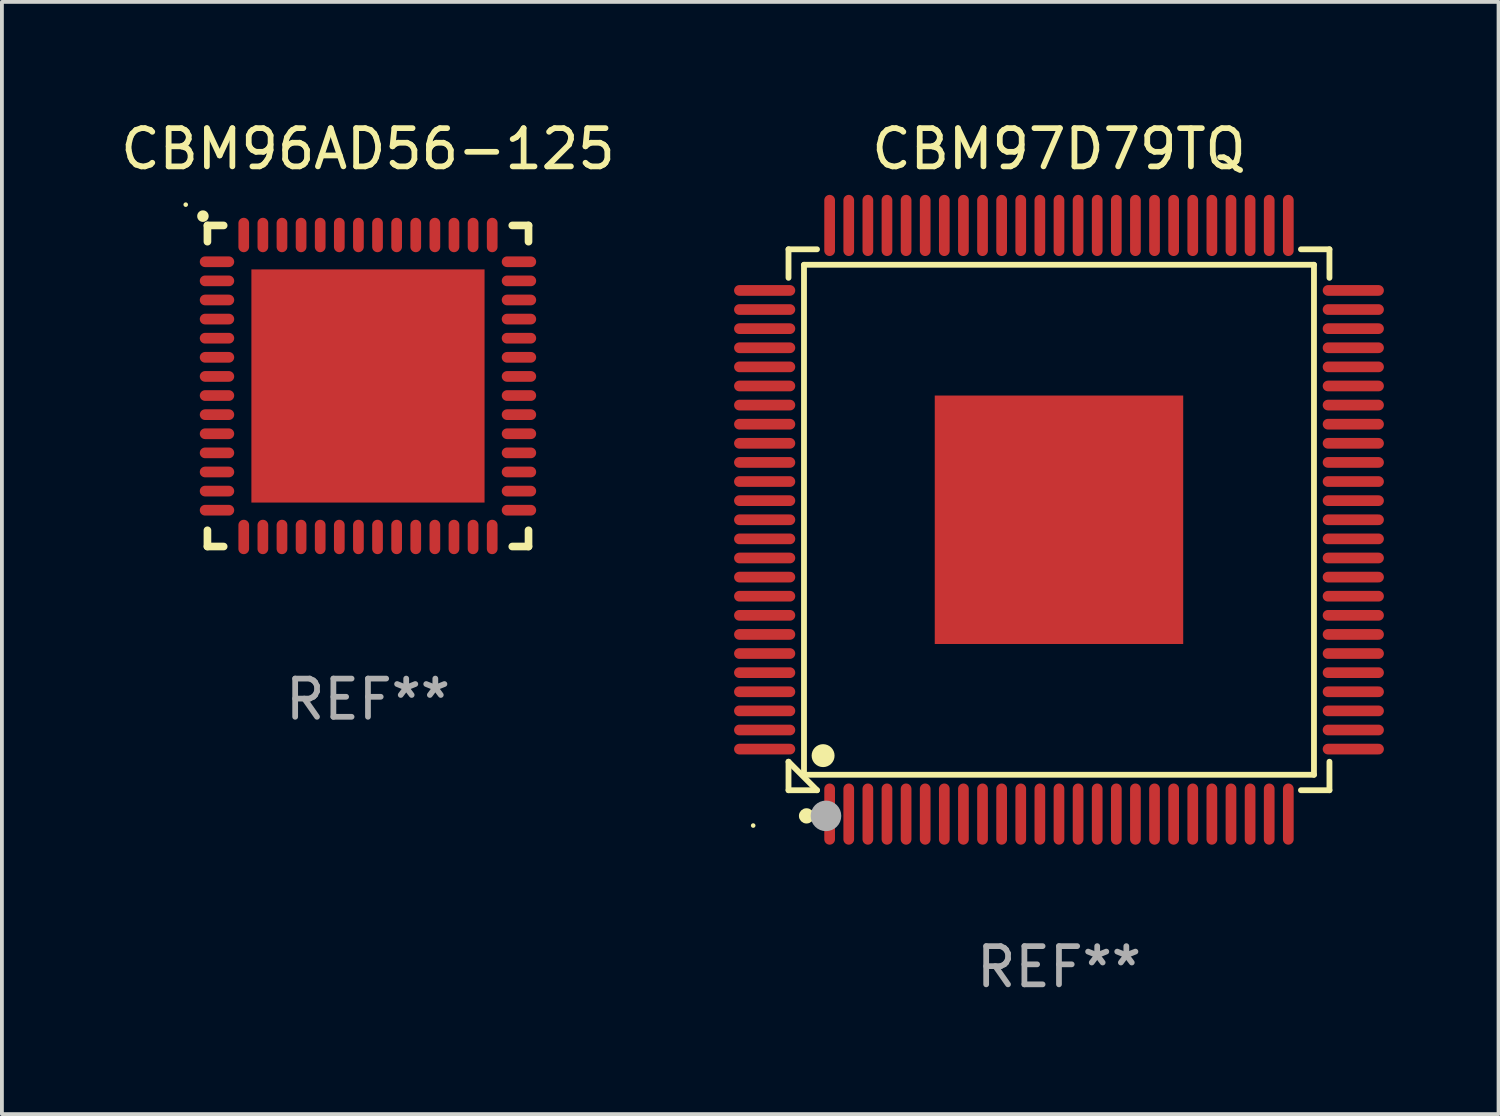
<source format=kicad_pcb>
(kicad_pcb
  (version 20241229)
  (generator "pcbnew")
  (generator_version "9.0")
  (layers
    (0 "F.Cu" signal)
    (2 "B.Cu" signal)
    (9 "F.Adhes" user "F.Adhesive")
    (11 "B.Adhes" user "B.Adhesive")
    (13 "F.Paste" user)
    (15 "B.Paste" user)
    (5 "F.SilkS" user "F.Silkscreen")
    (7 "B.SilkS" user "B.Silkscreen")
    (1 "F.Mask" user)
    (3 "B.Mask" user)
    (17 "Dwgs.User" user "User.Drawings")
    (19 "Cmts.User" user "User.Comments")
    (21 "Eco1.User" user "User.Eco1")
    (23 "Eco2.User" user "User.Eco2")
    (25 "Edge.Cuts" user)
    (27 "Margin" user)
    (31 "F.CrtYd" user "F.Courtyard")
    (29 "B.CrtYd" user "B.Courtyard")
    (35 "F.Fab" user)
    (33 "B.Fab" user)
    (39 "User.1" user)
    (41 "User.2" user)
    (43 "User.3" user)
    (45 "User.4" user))
  (footprint "CBM96AD56-125"
    (layer "F.Cu")
    (at 6.577 7.048)
    (property "Reference" "CBM96AD56-125" (at 0 -6.2 0) (layer "F.SilkS") (effects (font (size 1 1) (thickness 0.15))))
    (attr through_hole)
    (fp_line (start -4.2 -4.2) (end -3.775 -4.2) (stroke (width 0.2) (type solid)) (layer "F.SilkS"))
    (fp_line (start -4.2 -3.775) (end -4.2 -4.2) (stroke (width 0.2) (type solid)) (layer "F.SilkS"))
    (fp_line (start -4.2 3.775) (end -4.2 4.2) (stroke (width 0.2) (type solid)) (layer "F.SilkS"))
    (fp_line (start -4.2 4.2) (end -3.775 4.2) (stroke (width 0.2) (type solid)) (layer "F.SilkS"))
    (fp_line (start 3.775 4.2) (end 4.2 4.2) (stroke (width 0.2) (type solid)) (layer "F.SilkS"))
    (fp_line (start 4.2 -4.2) (end 3.775 -4.2) (stroke (width 0.2) (type solid)) (layer "F.SilkS"))
    (fp_line (start 4.2 -3.775) (end 4.2 -4.2) (stroke (width 0.2) (type solid)) (layer "F.SilkS"))
    (fp_line (start 4.2 4.2) (end 4.2 3.775) (stroke (width 0.2) (type solid)) (layer "F.SilkS"))
    (fp_arc (start -4.318009 -4.442469) (mid -4.318014 -4.443739) (end -4.318009 -4.445009) (stroke (width 0.3) (type solid)) (layer "F.SilkS"))
    (fp_circle (center -4.768 -4.744) (end -4.738 -4.744) (stroke (width 0.06) (type solid)) (fill no) (layer "F.SilkS"))
    (fp_text user "REF**" (at 0 8.2 0) (layer "F.Fab") (effects (font (size 1 1) (thickness 0.15))))
    (pad "1" smd oval (at -3.95 -3.25 90) (size 0.28 0.9) (layers "F.Cu" "F.Mask" "F.Paste"))
    (pad "2" smd oval (at -3.95 -2.75 90) (size 0.28 0.9) (layers "F.Cu" "F.Mask" "F.Paste"))
    (pad "3" smd oval (at -3.95 -2.25 90) (size 0.28 0.9) (layers "F.Cu" "F.Mask" "F.Paste"))
    (pad "4" smd oval (at -3.95 -1.75 90) (size 0.28 0.9) (layers "F.Cu" "F.Mask" "F.Paste"))
    (pad "5" smd oval (at -3.95 -1.25 90) (size 0.28 0.9) (layers "F.Cu" "F.Mask" "F.Paste"))
    (pad "6" smd oval (at -3.95 -0.75 90) (size 0.28 0.9) (layers "F.Cu" "F.Mask" "F.Paste"))
    (pad "7" smd oval (at -3.95 -0.25 90) (size 0.28 0.9) (layers "F.Cu" "F.Mask" "F.Paste"))
    (pad "8" smd oval (at -3.95 0.25 90) (size 0.28 0.9) (layers "F.Cu" "F.Mask" "F.Paste"))
    (pad "9" smd oval (at -3.95 0.75 90) (size 0.28 0.9) (layers "F.Cu" "F.Mask" "F.Paste"))
    (pad "10" smd oval (at -3.95 1.25 90) (size 0.28 0.9) (layers "F.Cu" "F.Mask" "F.Paste"))
    (pad "11" smd oval (at -3.95 1.75 90) (size 0.28 0.9) (layers "F.Cu" "F.Mask" "F.Paste"))
    (pad "12" smd oval (at -3.95 2.25 90) (size 0.28 0.9) (layers "F.Cu" "F.Mask" "F.Paste"))
    (pad "13" smd oval (at -3.95 2.75 90) (size 0.28 0.9) (layers "F.Cu" "F.Mask" "F.Paste"))
    (pad "14" smd oval (at -3.95 3.25 90) (size 0.28 0.9) (layers "F.Cu" "F.Mask" "F.Paste"))
    (pad "15" smd oval (at -3.25 3.95) (size 0.28 0.9) (layers "F.Cu" "F.Mask" "F.Paste"))
    (pad "16" smd oval (at -2.75 3.95) (size 0.28 0.9) (layers "F.Cu" "F.Mask" "F.Paste"))
    (pad "17" smd oval (at -2.25 3.95) (size 0.28 0.9) (layers "F.Cu" "F.Mask" "F.Paste"))
    (pad "18" smd oval (at -1.75 3.95) (size 0.28 0.9) (layers "F.Cu" "F.Mask" "F.Paste"))
    (pad "19" smd oval (at -1.25 3.95) (size 0.28 0.9) (layers "F.Cu" "F.Mask" "F.Paste"))
    (pad "20" smd oval (at -0.75 3.95) (size 0.28 0.9) (layers "F.Cu" "F.Mask" "F.Paste"))
    (pad "21" smd oval (at -0.25 3.95) (size 0.28 0.9) (layers "F.Cu" "F.Mask" "F.Paste"))
    (pad "22" smd oval (at 0.25 3.95) (size 0.28 0.9) (layers "F.Cu" "F.Mask" "F.Paste"))
    (pad "23" smd oval (at 0.75 3.95) (size 0.28 0.9) (layers "F.Cu" "F.Mask" "F.Paste"))
    (pad "24" smd oval (at 1.25 3.95) (size 0.28 0.9) (layers "F.Cu" "F.Mask" "F.Paste"))
    (pad "25" smd oval (at 1.75 3.95) (size 0.28 0.9) (layers "F.Cu" "F.Mask" "F.Paste"))
    (pad "26" smd oval (at 2.25 3.95) (size 0.28 0.9) (layers "F.Cu" "F.Mask" "F.Paste"))
    (pad "27" smd oval (at 2.75 3.95) (size 0.28 0.9) (layers "F.Cu" "F.Mask" "F.Paste"))
    (pad "28" smd oval (at 3.25 3.95) (size 0.28 0.9) (layers "F.Cu" "F.Mask" "F.Paste"))
    (pad "29" smd oval (at 3.95 3.25 90) (size 0.28 0.9) (layers "F.Cu" "F.Mask" "F.Paste"))
    (pad "30" smd oval (at 3.95 2.75 90) (size 0.28 0.9) (layers "F.Cu" "F.Mask" "F.Paste"))
    (pad "31" smd oval (at 3.95 2.25 90) (size 0.28 0.9) (layers "F.Cu" "F.Mask" "F.Paste"))
    (pad "32" smd oval (at 3.95 1.75 90) (size 0.28 0.9) (layers "F.Cu" "F.Mask" "F.Paste"))
    (pad "33" smd oval (at 3.95 1.25 90) (size 0.28 0.9) (layers "F.Cu" "F.Mask" "F.Paste"))
    (pad "34" smd oval (at 3.95 0.75 90) (size 0.28 0.9) (layers "F.Cu" "F.Mask" "F.Paste"))
    (pad "35" smd oval (at 3.95 0.25 90) (size 0.28 0.9) (layers "F.Cu" "F.Mask" "F.Paste"))
    (pad "36" smd oval (at 3.95 -0.25 90) (size 0.28 0.9) (layers "F.Cu" "F.Mask" "F.Paste"))
    (pad "37" smd oval (at 3.95 -0.75 90) (size 0.28 0.9) (layers "F.Cu" "F.Mask" "F.Paste"))
    (pad "38" smd oval (at 3.95 -1.25 90) (size 0.28 0.9) (layers "F.Cu" "F.Mask" "F.Paste"))
    (pad "39" smd oval (at 3.95 -1.75 90) (size 0.28 0.9) (layers "F.Cu" "F.Mask" "F.Paste"))
    (pad "40" smd oval (at 3.95 -2.25 90) (size 0.28 0.9) (layers "F.Cu" "F.Mask" "F.Paste"))
    (pad "41" smd oval (at 3.95 -2.75 90) (size 0.28 0.9) (layers "F.Cu" "F.Mask" "F.Paste"))
    (pad "42" smd oval (at 3.95 -3.25 90) (size 0.28 0.9) (layers "F.Cu" "F.Mask" "F.Paste"))
    (pad "43" smd oval (at 3.25 -3.95) (size 0.28 0.9) (layers "F.Cu" "F.Mask" "F.Paste"))
    (pad "44" smd oval (at 2.75 -3.95) (size 0.28 0.9) (layers "F.Cu" "F.Mask" "F.Paste"))
    (pad "45" smd oval (at 2.25 -3.95) (size 0.28 0.9) (layers "F.Cu" "F.Mask" "F.Paste"))
    (pad "46" smd oval (at 1.75 -3.95) (size 0.28 0.9) (layers "F.Cu" "F.Mask" "F.Paste"))
    (pad "47" smd oval (at 1.25 -3.95) (size 0.28 0.9) (layers "F.Cu" "F.Mask" "F.Paste"))
    (pad "48" smd oval (at 0.75 -3.95) (size 0.28 0.9) (layers "F.Cu" "F.Mask" "F.Paste"))
    (pad "49" smd oval (at 0.25 -3.95) (size 0.28 0.9) (layers "F.Cu" "F.Mask" "F.Paste"))
    (pad "50" smd oval (at -0.25 -3.95) (size 0.28 0.9) (layers "F.Cu" "F.Mask" "F.Paste"))
    (pad "51" smd oval (at -0.75 -3.95) (size 0.28 0.9) (layers "F.Cu" "F.Mask" "F.Paste"))
    (pad "52" smd oval (at -1.25 -3.95) (size 0.28 0.9) (layers "F.Cu" "F.Mask" "F.Paste"))
    (pad "53" smd oval (at -1.75 -3.95) (size 0.28 0.9) (layers "F.Cu" "F.Mask" "F.Paste"))
    (pad "54" smd oval (at -2.25 -3.95) (size 0.28 0.9) (layers "F.Cu" "F.Mask" "F.Paste"))
    (pad "55" smd oval (at -2.75 -3.95) (size 0.28 0.9) (layers "F.Cu" "F.Mask" "F.Paste"))
    (pad "56" smd oval (at -3.25 -3.95) (size 0.28 0.9) (layers "F.Cu" "F.Mask" "F.Paste"))
    (pad "57" smd rect (at 0 0) (size 6.1 6.1) (layers "F.Cu" "F.Mask" "F.Paste")))
  (footprint "CBM97D79TQ"
    (layer "F.Cu")
    (at 24.655 10.548)
    (property "Reference" "CBM97D79TQ" (at 0 -9.7 0) (layer "F.SilkS") (effects (font (size 1 1) (thickness 0.15))))
    (attr through_hole)
    (fp_line (start -7.076 -7.076) (end -6.33 -7.076) (stroke (width 0.152) (type solid)) (layer "F.SilkS"))
    (fp_line (start -7.076 -6.33) (end -7.076 -7.076) (stroke (width 0.152) (type solid)) (layer "F.SilkS"))
    (fp_line (start -7.076 6.33) (end -7.076 7.076) (stroke (width 0.152) (type solid)) (layer "F.SilkS"))
    (fp_line (start -7.076 7.076) (end -6.33 7.076) (stroke (width 0.152) (type solid)) (layer "F.SilkS"))
    (fp_line (start -6.671 -6.671) (end 6.671 -6.671) (stroke (width 0.152) (type solid)) (layer "F.SilkS"))
    (fp_line (start -6.671 6.671) (end -6.671 -6.671) (stroke (width 0.152) (type solid)) (layer "F.SilkS"))
    (fp_line (start -6.33 7.076) (end -7.076 6.33) (stroke (width 0.152) (type solid)) (layer "F.SilkS"))
    (fp_line (start 6.671 -6.671) (end 6.671 6.671) (stroke (width 0.152) (type solid)) (layer "F.SilkS"))
    (fp_line (start 6.671 6.671) (end -6.671 6.671) (stroke (width 0.152) (type solid)) (layer "F.SilkS"))
    (fp_line (start 7.076 -7.076) (end 6.33 -7.076) (stroke (width 0.152) (type solid)) (layer "F.SilkS"))
    (fp_line (start 7.076 -6.33) (end 7.076 -7.076) (stroke (width 0.152) (type solid)) (layer "F.SilkS"))
    (fp_line (start 7.076 6.33) (end 7.076 7.076) (stroke (width 0.152) (type solid)) (layer "F.SilkS"))
    (fp_line (start 7.076 7.076) (end 6.33 7.076) (stroke (width 0.152) (type solid)) (layer "F.SilkS"))
    (fp_circle (center -8 8) (end -7.97 8) (stroke (width 0.06) (type solid)) (fill no) (layer "F.SilkS"))
    (fp_circle (center -6.604 7.747) (end -6.504 7.747) (stroke (width 0.2) (type solid)) (fill no) (layer "F.SilkS"))
    (fp_circle (center -6.171 6.171) (end -6.021 6.171) (stroke (width 0.3) (type solid)) (fill no) (layer "F.SilkS"))
    (fp_circle (center -6.096 7.747) (end -5.896 7.747) (stroke (width 0.4) (type solid)) (fill no) (layer "F.Fab"))
    (fp_text user "REF**" (at 0 11.7 0) (layer "F.Fab") (effects (font (size 1 1) (thickness 0.15))))
    (pad "1" smd oval (at -6 7.7) (size 0.28 1.6) (layers "F.Cu" "F.Mask" "F.Paste"))
    (pad "2" smd oval (at -5.5 7.7) (size 0.28 1.6) (layers "F.Cu" "F.Mask" "F.Paste"))
    (pad "3" smd oval (at -5 7.7) (size 0.28 1.6) (layers "F.Cu" "F.Mask" "F.Paste"))
    (pad "4" smd oval (at -4.5 7.7) (size 0.28 1.6) (layers "F.Cu" "F.Mask" "F.Paste"))
    (pad "5" smd oval (at -4 7.7) (size 0.28 1.6) (layers "F.Cu" "F.Mask" "F.Paste"))
    (pad "6" smd oval (at -3.5 7.7) (size 0.28 1.6) (layers "F.Cu" "F.Mask" "F.Paste"))
    (pad "7" smd oval (at -3 7.7) (size 0.28 1.6) (layers "F.Cu" "F.Mask" "F.Paste"))
    (pad "8" smd oval (at -2.5 7.7) (size 0.28 1.6) (layers "F.Cu" "F.Mask" "F.Paste"))
    (pad "9" smd oval (at -2 7.7) (size 0.28 1.6) (layers "F.Cu" "F.Mask" "F.Paste"))
    (pad "10" smd oval (at -1.5 7.7) (size 0.28 1.6) (layers "F.Cu" "F.Mask" "F.Paste"))
    (pad "11" smd oval (at -1 7.7) (size 0.28 1.6) (layers "F.Cu" "F.Mask" "F.Paste"))
    (pad "12" smd oval (at -0.5 7.7) (size 0.28 1.6) (layers "F.Cu" "F.Mask" "F.Paste"))
    (pad "13" smd oval (at 0 7.7) (size 0.28 1.6) (layers "F.Cu" "F.Mask" "F.Paste"))
    (pad "14" smd oval (at 0.5 7.7) (size 0.28 1.6) (layers "F.Cu" "F.Mask" "F.Paste"))
    (pad "15" smd oval (at 1 7.7) (size 0.28 1.6) (layers "F.Cu" "F.Mask" "F.Paste"))
    (pad "16" smd oval (at 1.5 7.7) (size 0.28 1.6) (layers "F.Cu" "F.Mask" "F.Paste"))
    (pad "17" smd oval (at 2 7.7) (size 0.28 1.6) (layers "F.Cu" "F.Mask" "F.Paste"))
    (pad "18" smd oval (at 2.5 7.7) (size 0.28 1.6) (layers "F.Cu" "F.Mask" "F.Paste"))
    (pad "19" smd oval (at 3 7.7) (size 0.28 1.6) (layers "F.Cu" "F.Mask" "F.Paste"))
    (pad "20" smd oval (at 3.5 7.7) (size 0.28 1.6) (layers "F.Cu" "F.Mask" "F.Paste"))
    (pad "21" smd oval (at 4 7.7) (size 0.28 1.6) (layers "F.Cu" "F.Mask" "F.Paste"))
    (pad "22" smd oval (at 4.5 7.7) (size 0.28 1.6) (layers "F.Cu" "F.Mask" "F.Paste"))
    (pad "23" smd oval (at 5 7.7) (size 0.28 1.6) (layers "F.Cu" "F.Mask" "F.Paste"))
    (pad "24" smd oval (at 5.5 7.7) (size 0.28 1.6) (layers "F.Cu" "F.Mask" "F.Paste"))
    (pad "25" smd oval (at 6 7.7) (size 0.28 1.6) (layers "F.Cu" "F.Mask" "F.Paste"))
    (pad "26" smd oval (at 7.7 6) (size 1.6 0.28) (layers "F.Cu" "F.Mask" "F.Paste"))
    (pad "27" smd oval (at 7.7 5.5) (size 1.6 0.28) (layers "F.Cu" "F.Mask" "F.Paste"))
    (pad "28" smd oval (at 7.7 5) (size 1.6 0.28) (layers "F.Cu" "F.Mask" "F.Paste"))
    (pad "29" smd oval (at 7.7 4.5) (size 1.6 0.28) (layers "F.Cu" "F.Mask" "F.Paste"))
    (pad "30" smd oval (at 7.7 4) (size 1.6 0.28) (layers "F.Cu" "F.Mask" "F.Paste"))
    (pad "31" smd oval (at 7.7 3.5) (size 1.6 0.28) (layers "F.Cu" "F.Mask" "F.Paste"))
    (pad "32" smd oval (at 7.7 3) (size 1.6 0.28) (layers "F.Cu" "F.Mask" "F.Paste"))
    (pad "33" smd oval (at 7.7 2.5) (size 1.6 0.28) (layers "F.Cu" "F.Mask" "F.Paste"))
    (pad "34" smd oval (at 7.7 2) (size 1.6 0.28) (layers "F.Cu" "F.Mask" "F.Paste"))
    (pad "35" smd oval (at 7.7 1.5) (size 1.6 0.28) (layers "F.Cu" "F.Mask" "F.Paste"))
    (pad "36" smd oval (at 7.7 1) (size 1.6 0.28) (layers "F.Cu" "F.Mask" "F.Paste"))
    (pad "37" smd oval (at 7.7 0.5) (size 1.6 0.28) (layers "F.Cu" "F.Mask" "F.Paste"))
    (pad "38" smd oval (at 7.7 0) (size 1.6 0.28) (layers "F.Cu" "F.Mask" "F.Paste"))
    (pad "39" smd oval (at 7.7 -0.5) (size 1.6 0.28) (layers "F.Cu" "F.Mask" "F.Paste"))
    (pad "40" smd oval (at 7.7 -1) (size 1.6 0.28) (layers "F.Cu" "F.Mask" "F.Paste"))
    (pad "41" smd oval (at 7.7 -1.5) (size 1.6 0.28) (layers "F.Cu" "F.Mask" "F.Paste"))
    (pad "42" smd oval (at 7.7 -2) (size 1.6 0.28) (layers "F.Cu" "F.Mask" "F.Paste"))
    (pad "43" smd oval (at 7.7 -2.5) (size 1.6 0.28) (layers "F.Cu" "F.Mask" "F.Paste"))
    (pad "44" smd oval (at 7.7 -3) (size 1.6 0.28) (layers "F.Cu" "F.Mask" "F.Paste"))
    (pad "45" smd oval (at 7.7 -3.5) (size 1.6 0.28) (layers "F.Cu" "F.Mask" "F.Paste"))
    (pad "46" smd oval (at 7.7 -4) (size 1.6 0.28) (layers "F.Cu" "F.Mask" "F.Paste"))
    (pad "47" smd oval (at 7.7 -4.5) (size 1.6 0.28) (layers "F.Cu" "F.Mask" "F.Paste"))
    (pad "48" smd oval (at 7.7 -5) (size 1.6 0.28) (layers "F.Cu" "F.Mask" "F.Paste"))
    (pad "49" smd oval (at 7.7 -5.5) (size 1.6 0.28) (layers "F.Cu" "F.Mask" "F.Paste"))
    (pad "50" smd oval (at 7.7 -6) (size 1.6 0.28) (layers "F.Cu" "F.Mask" "F.Paste"))
    (pad "51" smd oval (at 6 -7.7) (size 0.28 1.6) (layers "F.Cu" "F.Mask" "F.Paste"))
    (pad "52" smd oval (at 5.5 -7.7) (size 0.28 1.6) (layers "F.Cu" "F.Mask" "F.Paste"))
    (pad "53" smd oval (at 5 -7.7) (size 0.28 1.6) (layers "F.Cu" "F.Mask" "F.Paste"))
    (pad "54" smd oval (at 4.5 -7.7) (size 0.28 1.6) (layers "F.Cu" "F.Mask" "F.Paste"))
    (pad "55" smd oval (at 4 -7.7) (size 0.28 1.6) (layers "F.Cu" "F.Mask" "F.Paste"))
    (pad "56" smd oval (at 3.5 -7.7) (size 0.28 1.6) (layers "F.Cu" "F.Mask" "F.Paste"))
    (pad "57" smd oval (at 3 -7.7) (size 0.28 1.6) (layers "F.Cu" "F.Mask" "F.Paste"))
    (pad "58" smd oval (at 2.5 -7.7) (size 0.28 1.6) (layers "F.Cu" "F.Mask" "F.Paste"))
    (pad "59" smd oval (at 2 -7.7) (size 0.28 1.6) (layers "F.Cu" "F.Mask" "F.Paste"))
    (pad "60" smd oval (at 1.5 -7.7) (size 0.28 1.6) (layers "F.Cu" "F.Mask" "F.Paste"))
    (pad "61" smd oval (at 1 -7.7) (size 0.28 1.6) (layers "F.Cu" "F.Mask" "F.Paste"))
    (pad "62" smd oval (at 0.5 -7.7) (size 0.28 1.6) (layers "F.Cu" "F.Mask" "F.Paste"))
    (pad "63" smd oval (at 0 -7.7) (size 0.28 1.6) (layers "F.Cu" "F.Mask" "F.Paste"))
    (pad "64" smd oval (at -0.5 -7.7) (size 0.28 1.6) (layers "F.Cu" "F.Mask" "F.Paste"))
    (pad "65" smd oval (at -1 -7.7) (size 0.28 1.6) (layers "F.Cu" "F.Mask" "F.Paste"))
    (pad "66" smd oval (at -1.5 -7.7) (size 0.28 1.6) (layers "F.Cu" "F.Mask" "F.Paste"))
    (pad "67" smd oval (at -2 -7.7) (size 0.28 1.6) (layers "F.Cu" "F.Mask" "F.Paste"))
    (pad "68" smd oval (at -2.5 -7.7) (size 0.28 1.6) (layers "F.Cu" "F.Mask" "F.Paste"))
    (pad "69" smd oval (at -3 -7.7) (size 0.28 1.6) (layers "F.Cu" "F.Mask" "F.Paste"))
    (pad "70" smd oval (at -3.5 -7.7) (size 0.28 1.6) (layers "F.Cu" "F.Mask" "F.Paste"))
    (pad "71" smd oval (at -4 -7.7) (size 0.28 1.6) (layers "F.Cu" "F.Mask" "F.Paste"))
    (pad "72" smd oval (at -4.5 -7.7) (size 0.28 1.6) (layers "F.Cu" "F.Mask" "F.Paste"))
    (pad "73" smd oval (at -5 -7.7) (size 0.28 1.6) (layers "F.Cu" "F.Mask" "F.Paste"))
    (pad "74" smd oval (at -5.5 -7.7) (size 0.28 1.6) (layers "F.Cu" "F.Mask" "F.Paste"))
    (pad "75" smd oval (at -6 -7.7) (size 0.28 1.6) (layers "F.Cu" "F.Mask" "F.Paste"))
    (pad "76" smd oval (at -7.7 -6) (size 1.6 0.28) (layers "F.Cu" "F.Mask" "F.Paste"))
    (pad "77" smd oval (at -7.7 -5.5) (size 1.6 0.28) (layers "F.Cu" "F.Mask" "F.Paste"))
    (pad "78" smd oval (at -7.7 -5) (size 1.6 0.28) (layers "F.Cu" "F.Mask" "F.Paste"))
    (pad "79" smd oval (at -7.7 -4.5) (size 1.6 0.28) (layers "F.Cu" "F.Mask" "F.Paste"))
    (pad "80" smd oval (at -7.7 -4) (size 1.6 0.28) (layers "F.Cu" "F.Mask" "F.Paste"))
    (pad "81" smd oval (at -7.7 -3.5) (size 1.6 0.28) (layers "F.Cu" "F.Mask" "F.Paste"))
    (pad "82" smd oval (at -7.7 -3) (size 1.6 0.28) (layers "F.Cu" "F.Mask" "F.Paste"))
    (pad "83" smd oval (at -7.7 -2.5) (size 1.6 0.28) (layers "F.Cu" "F.Mask" "F.Paste"))
    (pad "84" smd oval (at -7.7 -2) (size 1.6 0.28) (layers "F.Cu" "F.Mask" "F.Paste"))
    (pad "85" smd oval (at -7.7 -1.5) (size 1.6 0.28) (layers "F.Cu" "F.Mask" "F.Paste"))
    (pad "86" smd oval (at -7.7 -1) (size 1.6 0.28) (layers "F.Cu" "F.Mask" "F.Paste"))
    (pad "87" smd oval (at -7.7 -0.5) (size 1.6 0.28) (layers "F.Cu" "F.Mask" "F.Paste"))
    (pad "88" smd oval (at -7.7 0) (size 1.6 0.28) (layers "F.Cu" "F.Mask" "F.Paste"))
    (pad "89" smd oval (at -7.7 0.5) (size 1.6 0.28) (layers "F.Cu" "F.Mask" "F.Paste"))
    (pad "90" smd oval (at -7.7 1) (size 1.6 0.28) (layers "F.Cu" "F.Mask" "F.Paste"))
    (pad "91" smd oval (at -7.7 1.5) (size 1.6 0.28) (layers "F.Cu" "F.Mask" "F.Paste"))
    (pad "92" smd oval (at -7.7 2) (size 1.6 0.28) (layers "F.Cu" "F.Mask" "F.Paste"))
    (pad "93" smd oval (at -7.7 2.5) (size 1.6 0.28) (layers "F.Cu" "F.Mask" "F.Paste"))
    (pad "94" smd oval (at -7.7 3) (size 1.6 0.28) (layers "F.Cu" "F.Mask" "F.Paste"))
    (pad "95" smd oval (at -7.7 3.5) (size 1.6 0.28) (layers "F.Cu" "F.Mask" "F.Paste"))
    (pad "96" smd oval (at -7.7 4) (size 1.6 0.28) (layers "F.Cu" "F.Mask" "F.Paste"))
    (pad "97" smd oval (at -7.7 4.5) (size 1.6 0.28) (layers "F.Cu" "F.Mask" "F.Paste"))
    (pad "98" smd oval (at -7.7 5) (size 1.6 0.28) (layers "F.Cu" "F.Mask" "F.Paste"))
    (pad "99" smd oval (at -7.7 5.5) (size 1.6 0.28) (layers "F.Cu" "F.Mask" "F.Paste"))
    (pad "100" smd oval (at -7.7 6) (size 1.6 0.28) (layers "F.Cu" "F.Mask" "F.Paste"))
    (pad "101" smd rect (at 0 0) (size 6.5 6.5) (layers "F.Cu" "F.Mask" "F.Paste")))
  (gr_rect
    (start -3 -3)
    (end 36.155 26.097)
    (stroke (width 0.1) (type default))
    (fill no)
    (layer "Edge.Cuts")))
</source>
